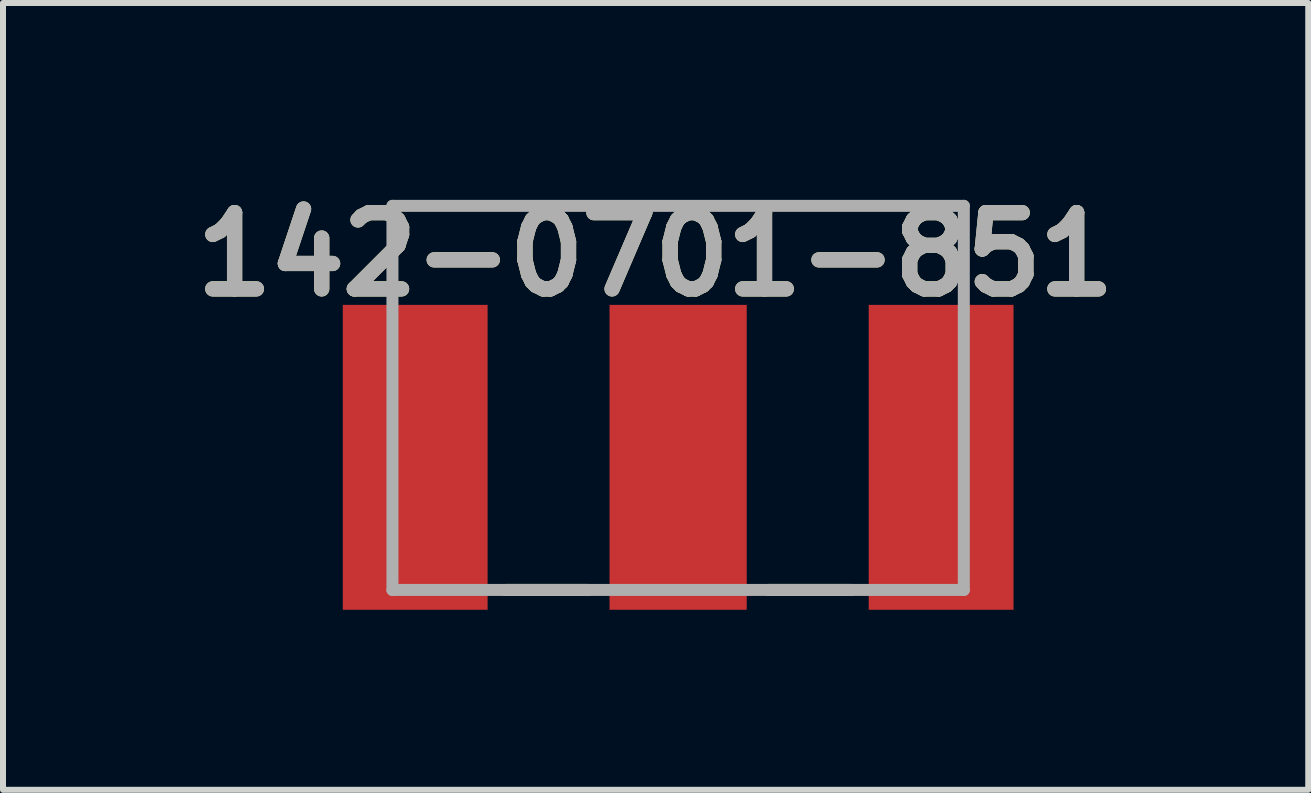
<source format=kicad_pcb>
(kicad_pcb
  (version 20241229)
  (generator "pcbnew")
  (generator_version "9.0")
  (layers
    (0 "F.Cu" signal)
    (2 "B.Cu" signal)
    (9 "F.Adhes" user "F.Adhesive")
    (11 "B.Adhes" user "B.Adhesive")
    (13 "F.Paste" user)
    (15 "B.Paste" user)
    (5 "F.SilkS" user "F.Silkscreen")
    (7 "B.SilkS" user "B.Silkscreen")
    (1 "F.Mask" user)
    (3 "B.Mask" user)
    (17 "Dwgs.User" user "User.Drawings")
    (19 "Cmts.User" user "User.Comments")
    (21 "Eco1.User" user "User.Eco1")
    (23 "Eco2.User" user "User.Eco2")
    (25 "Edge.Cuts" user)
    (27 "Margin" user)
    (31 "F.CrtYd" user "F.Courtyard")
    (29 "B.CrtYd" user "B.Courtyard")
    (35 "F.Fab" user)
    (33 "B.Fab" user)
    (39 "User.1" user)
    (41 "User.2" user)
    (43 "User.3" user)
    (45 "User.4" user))
  (footprint "142-0701-851"
    (layer "F.Cu")
    (at 10.44 0.38)
    (property "Reference" "142-0701-851" (at -2.566 0.809 0) (layer "F.SilkS") (effects (font (size 1.27 1.27) (thickness 0.254))))
    (attr smd)
    (fp_line (start -5.073 6.4) (end -3.69 6.4) (stroke (width 0.2) (type solid)) (layer "F.SilkS"))
    (fp_line (start -0.692 6.4) (end 0.692 6.4) (stroke (width 0.2) (type solid)) (layer "F.SilkS"))
    (fp_line (start -6.951 0) (end 2.569 0) (stroke (width 0.2) (type solid)) (layer "F.Fab"))
    (fp_line (start -6.951 6.4) (end -6.951 0) (stroke (width 0.2) (type solid)) (layer "F.Fab"))
    (fp_line (start 2.569 0) (end 2.569 6.4) (stroke (width 0.2) (type solid)) (layer "F.Fab"))
    (fp_line (start 2.569 6.4) (end -6.951 6.4) (stroke (width 0.2) (type solid)) (layer "F.Fab"))
    (fp_text user "${REFERENCE}" (at -2.566 0.809 0) (layer "F.Fab") (effects (font (size 1.27 1.27) (thickness 0.254))))
    (pad "1" smd rect (at -6.572 4.19) (size 2.413 5.08) (layers "F.Cu" "F.Mask" "F.Paste"))
    (pad "2" smd rect (at -2.191 4.19) (size 2.286 5.08) (layers "F.Cu" "F.Mask" "F.Paste"))
    (pad "3" smd rect (at 2.191 4.19) (size 2.413 5.08) (layers "F.Cu" "F.Mask" "F.Paste")))
  (gr_rect
    (start -3 -3)
    (end 18.748 10.11)
    (stroke (width 0.1) (type default))
    (fill no)
    (layer "Edge.Cuts")))
</source>
